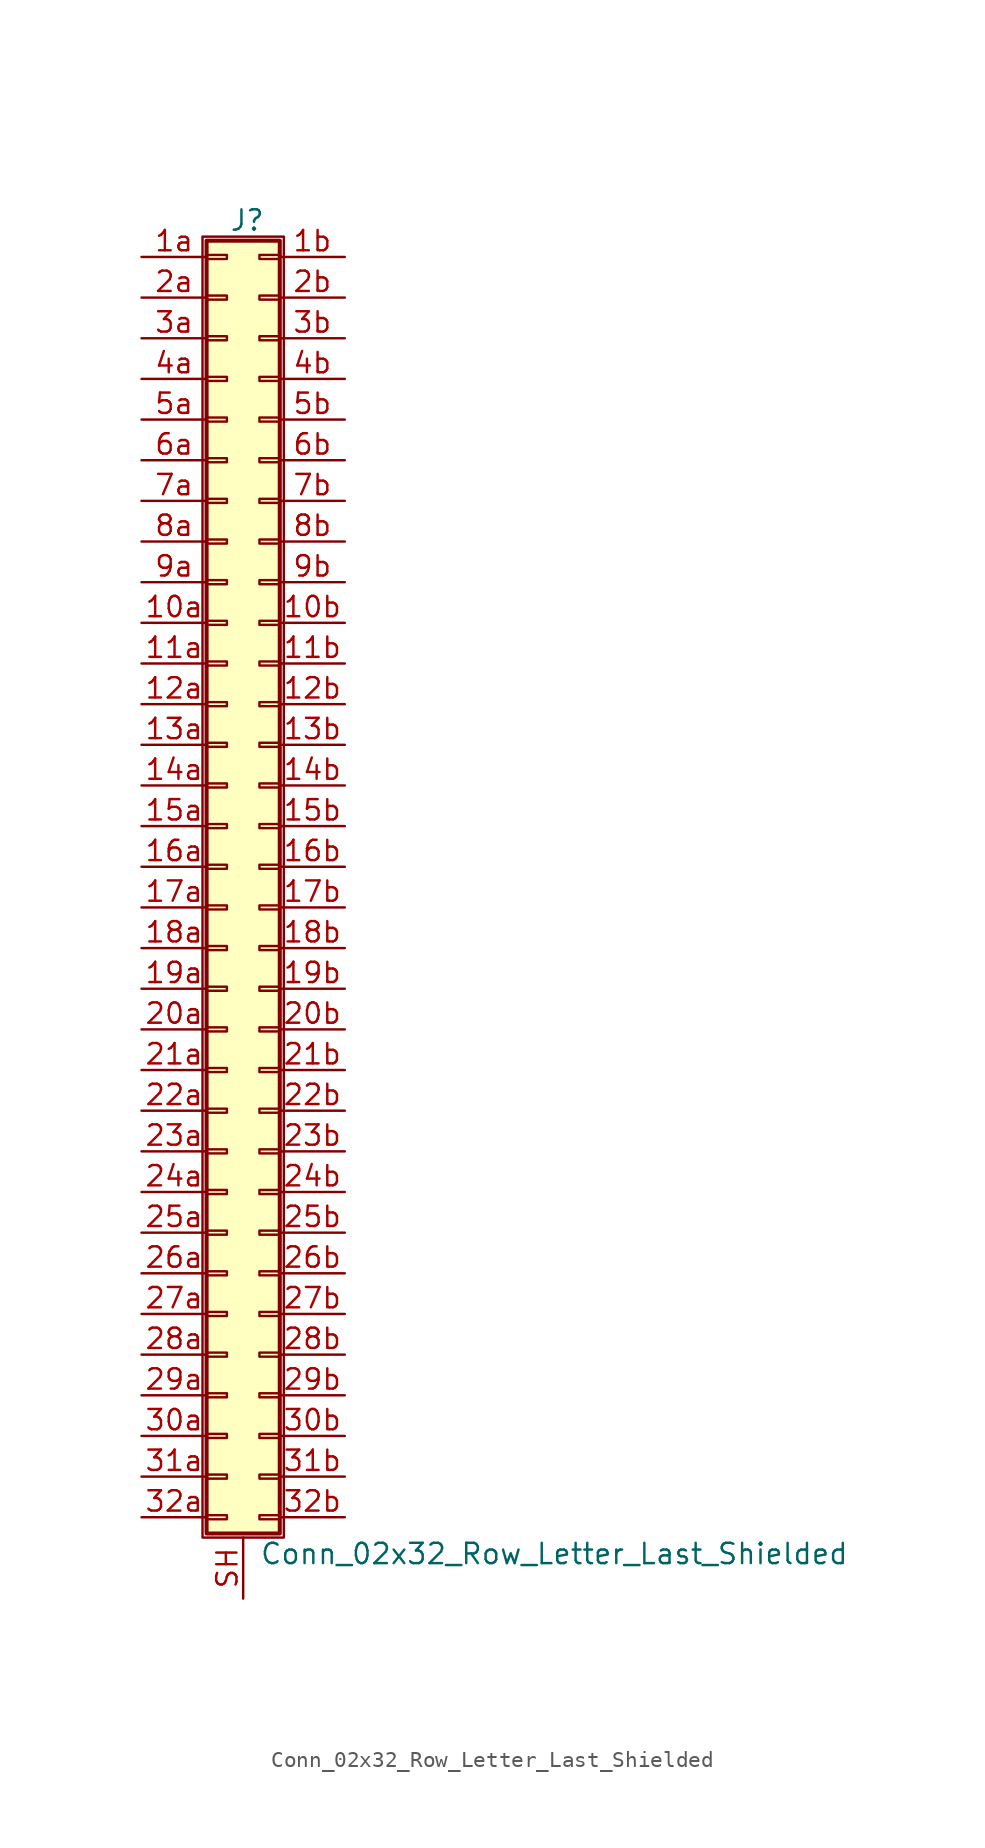
<source format=kicad_sym>
(kicad_symbol_lib
  (version 20211014)
  (generator kicad_symbol_editor)
  (symbol "Conn_02x32_Row_Letter_Last_Shielded"
    (pin_names
      (offset 1.016) hide)
    (property "Reference" "J"
      (at 1.524 40.386 0)
      (effects (font (size 1.27 1.27))))
    (property "Value" "Conn_02x32_Row_Letter_Last_Shielded"
      (at 2.286 -42.926 0)
      (effects (font (size 1.27 1.27)) (justify left)))
    (symbol "Conn_02x32_Row_Letter_Last_Shielded_1_1"
      (rectangle (start -1.27 39.37) (end 3.81 -41.91) (stroke (width 0.152) (type default) (color 0 0 0 0)) (fill (type none)))
      (rectangle (start -1.016 -40.513) (end 0.254 -40.767) (stroke (width 0.152) (type default) (color 0 0 0 0)) (fill (type none)))
      (rectangle (start -1.016 -37.973) (end 0.254 -38.227) (stroke (width 0.152) (type default) (color 0 0 0 0)) (fill (type none)))
      (rectangle (start -1.016 -35.433) (end 0.254 -35.687) (stroke (width 0.152) (type default) (color 0 0 0 0)) (fill (type none)))
      (rectangle (start -1.016 -32.893) (end 0.254 -33.147) (stroke (width 0.152) (type default) (color 0 0 0 0)) (fill (type none)))
      (rectangle (start -1.016 -30.353) (end 0.254 -30.607) (stroke (width 0.152) (type default) (color 0 0 0 0)) (fill (type none)))
      (rectangle (start -1.016 -27.813) (end 0.254 -28.067) (stroke (width 0.152) (type default) (color 0 0 0 0)) (fill (type none)))
      (rectangle (start -1.016 -25.273) (end 0.254 -25.527) (stroke (width 0.152) (type default) (color 0 0 0 0)) (fill (type none)))
      (rectangle (start -1.016 -22.733) (end 0.254 -22.987) (stroke (width 0.152) (type default) (color 0 0 0 0)) (fill (type none)))
      (rectangle (start -1.016 -20.193) (end 0.254 -20.447) (stroke (width 0.152) (type default) (color 0 0 0 0)) (fill (type none)))
      (rectangle (start -1.016 -17.653) (end 0.254 -17.907) (stroke (width 0.152) (type default) (color 0 0 0 0)) (fill (type none)))
      (rectangle (start -1.016 -15.113) (end 0.254 -15.367) (stroke (width 0.152) (type default) (color 0 0 0 0)) (fill (type none)))
      (rectangle (start -1.016 -12.573) (end 0.254 -12.827) (stroke (width 0.152) (type default) (color 0 0 0 0)) (fill (type none)))
      (rectangle (start -1.016 -10.033) (end 0.254 -10.287) (stroke (width 0.152) (type default) (color 0 0 0 0)) (fill (type none)))
      (rectangle (start -1.016 -7.493) (end 0.254 -7.747) (stroke (width 0.152) (type default) (color 0 0 0 0)) (fill (type none)))
      (rectangle (start -1.016 -4.953) (end 0.254 -5.207) (stroke (width 0.152) (type default) (color 0 0 0 0)) (fill (type none)))
      (rectangle (start -1.016 -2.413) (end 0.254 -2.667) (stroke (width 0.152) (type default) (color 0 0 0 0)) (fill (type none)))
      (rectangle (start -1.016 0.127) (end 0.254 -0.127) (stroke (width 0.152) (type default) (color 0 0 0 0)) (fill (type none)))
      (rectangle (start -1.016 2.667) (end 0.254 2.413) (stroke (width 0.152) (type default) (color 0 0 0 0)) (fill (type none)))
      (rectangle (start -1.016 5.207) (end 0.254 4.953) (stroke (width 0.152) (type default) (color 0 0 0 0)) (fill (type none)))
      (rectangle (start -1.016 7.747) (end 0.254 7.493) (stroke (width 0.152) (type default) (color 0 0 0 0)) (fill (type none)))
      (rectangle (start -1.016 10.287) (end 0.254 10.033) (stroke (width 0.152) (type default) (color 0 0 0 0)) (fill (type none)))
      (rectangle (start -1.016 12.827) (end 0.254 12.573) (stroke (width 0.152) (type default) (color 0 0 0 0)) (fill (type none)))
      (rectangle (start -1.016 15.367) (end 0.254 15.113) (stroke (width 0.152) (type default) (color 0 0 0 0)) (fill (type none)))
      (rectangle (start -1.016 17.907) (end 0.254 17.653) (stroke (width 0.152) (type default) (color 0 0 0 0)) (fill (type none)))
      (rectangle (start -1.016 20.447) (end 0.254 20.193) (stroke (width 0.152) (type default) (color 0 0 0 0)) (fill (type none)))
      (rectangle (start -1.016 22.987) (end 0.254 22.733) (stroke (width 0.152) (type default) (color 0 0 0 0)) (fill (type none)))
      (rectangle (start -1.016 25.527) (end 0.254 25.273) (stroke (width 0.152) (type default) (color 0 0 0 0)) (fill (type none)))
      (rectangle (start -1.016 28.067) (end 0.254 27.813) (stroke (width 0.152) (type default) (color 0 0 0 0)) (fill (type none)))
      (rectangle (start -1.016 30.607) (end 0.254 30.353) (stroke (width 0.152) (type default) (color 0 0 0 0)) (fill (type none)))
      (rectangle (start -1.016 33.147) (end 0.254 32.893) (stroke (width 0.152) (type default) (color 0 0 0 0)) (fill (type none)))
      (rectangle (start -1.016 35.687) (end 0.254 35.433) (stroke (width 0.152) (type default) (color 0 0 0 0)) (fill (type none)))
      (rectangle (start -1.016 38.227) (end 0.254 37.973) (stroke (width 0.152) (type default) (color 0 0 0 0)) (fill (type none)))
      (rectangle (start -1.016 39.116) (end 3.556 -41.656) (stroke (width 0.254) (type default) (color 0 0 0 0)) (fill (type background)))
      (rectangle (start 3.556 -40.513) (end 2.286 -40.767) (stroke (width 0.152) (type default) (color 0 0 0 0)) (fill (type none)))
      (rectangle (start 3.556 -37.973) (end 2.286 -38.227) (stroke (width 0.152) (type default) (color 0 0 0 0)) (fill (type none)))
      (rectangle (start 3.556 -35.433) (end 2.286 -35.687) (stroke (width 0.152) (type default) (color 0 0 0 0)) (fill (type none)))
      (rectangle (start 3.556 -32.893) (end 2.286 -33.147) (stroke (width 0.152) (type default) (color 0 0 0 0)) (fill (type none)))
      (rectangle (start 3.556 -30.353) (end 2.286 -30.607) (stroke (width 0.152) (type default) (color 0 0 0 0)) (fill (type none)))
      (rectangle (start 3.556 -27.813) (end 2.286 -28.067) (stroke (width 0.152) (type default) (color 0 0 0 0)) (fill (type none)))
      (rectangle (start 3.556 -25.273) (end 2.286 -25.527) (stroke (width 0.152) (type default) (color 0 0 0 0)) (fill (type none)))
      (rectangle (start 3.556 -22.733) (end 2.286 -22.987) (stroke (width 0.152) (type default) (color 0 0 0 0)) (fill (type none)))
      (rectangle (start 3.556 -20.193) (end 2.286 -20.447) (stroke (width 0.152) (type default) (color 0 0 0 0)) (fill (type none)))
      (rectangle (start 3.556 -17.653) (end 2.286 -17.907) (stroke (width 0.152) (type default) (color 0 0 0 0)) (fill (type none)))
      (rectangle (start 3.556 -15.113) (end 2.286 -15.367) (stroke (width 0.152) (type default) (color 0 0 0 0)) (fill (type none)))
      (rectangle (start 3.556 -12.573) (end 2.286 -12.827) (stroke (width 0.152) (type default) (color 0 0 0 0)) (fill (type none)))
      (rectangle (start 3.556 -10.033) (end 2.286 -10.287) (stroke (width 0.152) (type default) (color 0 0 0 0)) (fill (type none)))
      (rectangle (start 3.556 -7.493) (end 2.286 -7.747) (stroke (width 0.152) (type default) (color 0 0 0 0)) (fill (type none)))
      (rectangle (start 3.556 -4.953) (end 2.286 -5.207) (stroke (width 0.152) (type default) (color 0 0 0 0)) (fill (type none)))
      (rectangle (start 3.556 -2.413) (end 2.286 -2.667) (stroke (width 0.152) (type default) (color 0 0 0 0)) (fill (type none)))
      (rectangle (start 3.556 0.127) (end 2.286 -0.127) (stroke (width 0.152) (type default) (color 0 0 0 0)) (fill (type none)))
      (rectangle (start 3.556 2.667) (end 2.286 2.413) (stroke (width 0.152) (type default) (color 0 0 0 0)) (fill (type none)))
      (rectangle (start 3.556 5.207) (end 2.286 4.953) (stroke (width 0.152) (type default) (color 0 0 0 0)) (fill (type none)))
      (rectangle (start 3.556 7.747) (end 2.286 7.493) (stroke (width 0.152) (type default) (color 0 0 0 0)) (fill (type none)))
      (rectangle (start 3.556 10.287) (end 2.286 10.033) (stroke (width 0.152) (type default) (color 0 0 0 0)) (fill (type none)))
      (rectangle (start 3.556 12.827) (end 2.286 12.573) (stroke (width 0.152) (type default) (color 0 0 0 0)) (fill (type none)))
      (rectangle (start 3.556 15.367) (end 2.286 15.113) (stroke (width 0.152) (type default) (color 0 0 0 0)) (fill (type none)))
      (rectangle (start 3.556 17.907) (end 2.286 17.653) (stroke (width 0.152) (type default) (color 0 0 0 0)) (fill (type none)))
      (rectangle (start 3.556 20.447) (end 2.286 20.193) (stroke (width 0.152) (type default) (color 0 0 0 0)) (fill (type none)))
      (rectangle (start 3.556 22.987) (end 2.286 22.733) (stroke (width 0.152) (type default) (color 0 0 0 0)) (fill (type none)))
      (rectangle (start 3.556 25.527) (end 2.286 25.273) (stroke (width 0.152) (type default) (color 0 0 0 0)) (fill (type none)))
      (rectangle (start 3.556 28.067) (end 2.286 27.813) (stroke (width 0.152) (type default) (color 0 0 0 0)) (fill (type none)))
      (rectangle (start 3.556 30.607) (end 2.286 30.353) (stroke (width 0.152) (type default) (color 0 0 0 0)) (fill (type none)))
      (rectangle (start 3.556 33.147) (end 2.286 32.893) (stroke (width 0.152) (type default) (color 0 0 0 0)) (fill (type none)))
      (rectangle (start 3.556 35.687) (end 2.286 35.433) (stroke (width 0.152) (type default) (color 0 0 0 0)) (fill (type none)))
      (rectangle (start 3.556 38.227) (end 2.286 37.973) (stroke (width 0.152) (type default) (color 0 0 0 0)) (fill (type none)))
      (pin passive line (at -5.08 15.24 0) (length 4.064) (name "Pin_10a" (effects (font (size 1.27 1.27)))) (number "10a" (effects (font (size 1.27 1.27)))))
      (pin passive line (at 7.62 15.24 180) (length 4.064) (name "Pin_10b" (effects (font (size 1.27 1.27)))) (number "10b" (effects (font (size 1.27 1.27)))))
      (pin passive line (at -5.08 12.7 0) (length 4.064) (name "Pin_11a" (effects (font (size 1.27 1.27)))) (number "11a" (effects (font (size 1.27 1.27)))))
      (pin passive line (at 7.62 12.7 180) (length 4.064) (name "Pin_11b" (effects (font (size 1.27 1.27)))) (number "11b" (effects (font (size 1.27 1.27)))))
      (pin passive line (at -5.08 10.16 0) (length 4.064) (name "Pin_12a" (effects (font (size 1.27 1.27)))) (number "12a" (effects (font (size 1.27 1.27)))))
      (pin passive line (at 7.62 10.16 180) (length 4.064) (name "Pin_12b" (effects (font (size 1.27 1.27)))) (number "12b" (effects (font (size 1.27 1.27)))))
      (pin passive line (at -5.08 7.62 0) (length 4.064) (name "Pin_13a" (effects (font (size 1.27 1.27)))) (number "13a" (effects (font (size 1.27 1.27)))))
      (pin passive line (at 7.62 7.62 180) (length 4.064) (name "Pin_13b" (effects (font (size 1.27 1.27)))) (number "13b" (effects (font (size 1.27 1.27)))))
      (pin passive line (at -5.08 5.08 0) (length 4.064) (name "Pin_14a" (effects (font (size 1.27 1.27)))) (number "14a" (effects (font (size 1.27 1.27)))))
      (pin passive line (at 7.62 5.08 180) (length 4.064) (name "Pin_14b" (effects (font (size 1.27 1.27)))) (number "14b" (effects (font (size 1.27 1.27)))))
      (pin passive line (at -5.08 2.54 0) (length 4.064) (name "Pin_15a" (effects (font (size 1.27 1.27)))) (number "15a" (effects (font (size 1.27 1.27)))))
      (pin passive line (at 7.62 2.54 180) (length 4.064) (name "Pin_15b" (effects (font (size 1.27 1.27)))) (number "15b" (effects (font (size 1.27 1.27)))))
      (pin passive line (at -5.08 0 0) (length 4.064) (name "Pin_16a" (effects (font (size 1.27 1.27)))) (number "16a" (effects (font (size 1.27 1.27)))))
      (pin passive line (at 7.62 0 180) (length 4.064) (name "Pin_16b" (effects (font (size 1.27 1.27)))) (number "16b" (effects (font (size 1.27 1.27)))))
      (pin passive line (at -5.08 -2.54 0) (length 4.064) (name "Pin_17a" (effects (font (size 1.27 1.27)))) (number "17a" (effects (font (size 1.27 1.27)))))
      (pin passive line (at 7.62 -2.54 180) (length 4.064) (name "Pin_17b" (effects (font (size 1.27 1.27)))) (number "17b" (effects (font (size 1.27 1.27)))))
      (pin passive line (at -5.08 -5.08 0) (length 4.064) (name "Pin_18a" (effects (font (size 1.27 1.27)))) (number "18a" (effects (font (size 1.27 1.27)))))
      (pin passive line (at 7.62 -5.08 180) (length 4.064) (name "Pin_18b" (effects (font (size 1.27 1.27)))) (number "18b" (effects (font (size 1.27 1.27)))))
      (pin passive line (at -5.08 -7.62 0) (length 4.064) (name "Pin_19a" (effects (font (size 1.27 1.27)))) (number "19a" (effects (font (size 1.27 1.27)))))
      (pin passive line (at 7.62 -7.62 180) (length 4.064) (name "Pin_19b" (effects (font (size 1.27 1.27)))) (number "19b" (effects (font (size 1.27 1.27)))))
      (pin passive line (at -5.08 38.1 0) (length 4.064) (name "Pin_1a" (effects (font (size 1.27 1.27)))) (number "1a" (effects (font (size 1.27 1.27)))))
      (pin passive line (at 7.62 38.1 180) (length 4.064) (name "Pin_1b" (effects (font (size 1.27 1.27)))) (number "1b" (effects (font (size 1.27 1.27)))))
      (pin passive line (at -5.08 -10.16 0) (length 4.064) (name "Pin_20a" (effects (font (size 1.27 1.27)))) (number "20a" (effects (font (size 1.27 1.27)))))
      (pin passive line (at 7.62 -10.16 180) (length 4.064) (name "Pin_20b" (effects (font (size 1.27 1.27)))) (number "20b" (effects (font (size 1.27 1.27)))))
      (pin passive line (at -5.08 -12.7 0) (length 4.064) (name "Pin_21a" (effects (font (size 1.27 1.27)))) (number "21a" (effects (font (size 1.27 1.27)))))
      (pin passive line (at 7.62 -12.7 180) (length 4.064) (name "Pin_21b" (effects (font (size 1.27 1.27)))) (number "21b" (effects (font (size 1.27 1.27)))))
      (pin passive line (at -5.08 -15.24 0) (length 4.064) (name "Pin_22a" (effects (font (size 1.27 1.27)))) (number "22a" (effects (font (size 1.27 1.27)))))
      (pin passive line (at 7.62 -15.24 180) (length 4.064) (name "Pin_22b" (effects (font (size 1.27 1.27)))) (number "22b" (effects (font (size 1.27 1.27)))))
      (pin passive line (at -5.08 -17.78 0) (length 4.064) (name "Pin_23a" (effects (font (size 1.27 1.27)))) (number "23a" (effects (font (size 1.27 1.27)))))
      (pin passive line (at 7.62 -17.78 180) (length 4.064) (name "Pin_23b" (effects (font (size 1.27 1.27)))) (number "23b" (effects (font (size 1.27 1.27)))))
      (pin passive line (at -5.08 -20.32 0) (length 4.064) (name "Pin_24a" (effects (font (size 1.27 1.27)))) (number "24a" (effects (font (size 1.27 1.27)))))
      (pin passive line (at 7.62 -20.32 180) (length 4.064) (name "Pin_24b" (effects (font (size 1.27 1.27)))) (number "24b" (effects (font (size 1.27 1.27)))))
      (pin passive line (at -5.08 -22.86 0) (length 4.064) (name "Pin_25a" (effects (font (size 1.27 1.27)))) (number "25a" (effects (font (size 1.27 1.27)))))
      (pin passive line (at 7.62 -22.86 180) (length 4.064) (name "Pin_25b" (effects (font (size 1.27 1.27)))) (number "25b" (effects (font (size 1.27 1.27)))))
      (pin passive line (at -5.08 -25.4 0) (length 4.064) (name "Pin_26a" (effects (font (size 1.27 1.27)))) (number "26a" (effects (font (size 1.27 1.27)))))
      (pin passive line (at 7.62 -25.4 180) (length 4.064) (name "Pin_26b" (effects (font (size 1.27 1.27)))) (number "26b" (effects (font (size 1.27 1.27)))))
      (pin passive line (at -5.08 -27.94 0) (length 4.064) (name "Pin_27a" (effects (font (size 1.27 1.27)))) (number "27a" (effects (font (size 1.27 1.27)))))
      (pin passive line (at 7.62 -27.94 180) (length 4.064) (name "Pin_27b" (effects (font (size 1.27 1.27)))) (number "27b" (effects (font (size 1.27 1.27)))))
      (pin passive line (at -5.08 -30.48 0) (length 4.064) (name "Pin_28a" (effects (font (size 1.27 1.27)))) (number "28a" (effects (font (size 1.27 1.27)))))
      (pin passive line (at 7.62 -30.48 180) (length 4.064) (name "Pin_28b" (effects (font (size 1.27 1.27)))) (number "28b" (effects (font (size 1.27 1.27)))))
      (pin passive line (at -5.08 -33.02 0) (length 4.064) (name "Pin_29a" (effects (font (size 1.27 1.27)))) (number "29a" (effects (font (size 1.27 1.27)))))
      (pin passive line (at 7.62 -33.02 180) (length 4.064) (name "Pin_29b" (effects (font (size 1.27 1.27)))) (number "29b" (effects (font (size 1.27 1.27)))))
      (pin passive line (at -5.08 35.56 0) (length 4.064) (name "Pin_2a" (effects (font (size 1.27 1.27)))) (number "2a" (effects (font (size 1.27 1.27)))))
      (pin passive line (at 7.62 35.56 180) (length 4.064) (name "Pin_2b" (effects (font (size 1.27 1.27)))) (number "2b" (effects (font (size 1.27 1.27)))))
      (pin passive line (at -5.08 -35.56 0) (length 4.064) (name "Pin_30a" (effects (font (size 1.27 1.27)))) (number "30a" (effects (font (size 1.27 1.27)))))
      (pin passive line (at 7.62 -35.56 180) (length 4.064) (name "Pin_30b" (effects (font (size 1.27 1.27)))) (number "30b" (effects (font (size 1.27 1.27)))))
      (pin passive line (at -5.08 -38.1 0) (length 4.064) (name "Pin_31a" (effects (font (size 1.27 1.27)))) (number "31a" (effects (font (size 1.27 1.27)))))
      (pin passive line (at 7.62 -38.1 180) (length 4.064) (name "Pin_31b" (effects (font (size 1.27 1.27)))) (number "31b" (effects (font (size 1.27 1.27)))))
      (pin passive line (at -5.08 -40.64 0) (length 4.064) (name "Pin_32a" (effects (font (size 1.27 1.27)))) (number "32a" (effects (font (size 1.27 1.27)))))
      (pin passive line (at 7.62 -40.64 180) (length 4.064) (name "Pin_32b" (effects (font (size 1.27 1.27)))) (number "32b" (effects (font (size 1.27 1.27)))))
      (pin passive line (at -5.08 33.02 0) (length 4.064) (name "Pin_3a" (effects (font (size 1.27 1.27)))) (number "3a" (effects (font (size 1.27 1.27)))))
      (pin passive line (at 7.62 33.02 180) (length 4.064) (name "Pin_3b" (effects (font (size 1.27 1.27)))) (number "3b" (effects (font (size 1.27 1.27)))))
      (pin passive line (at -5.08 30.48 0) (length 4.064) (name "Pin_4a" (effects (font (size 1.27 1.27)))) (number "4a" (effects (font (size 1.27 1.27)))))
      (pin passive line (at 7.62 30.48 180) (length 4.064) (name "Pin_4b" (effects (font (size 1.27 1.27)))) (number "4b" (effects (font (size 1.27 1.27)))))
      (pin passive line (at -5.08 27.94 0) (length 4.064) (name "Pin_5a" (effects (font (size 1.27 1.27)))) (number "5a" (effects (font (size 1.27 1.27)))))
      (pin passive line (at 7.62 27.94 180) (length 4.064) (name "Pin_5b" (effects (font (size 1.27 1.27)))) (number "5b" (effects (font (size 1.27 1.27)))))
      (pin passive line (at -5.08 25.4 0) (length 4.064) (name "Pin_6a" (effects (font (size 1.27 1.27)))) (number "6a" (effects (font (size 1.27 1.27)))))
      (pin passive line (at 7.62 25.4 180) (length 4.064) (name "Pin_6b" (effects (font (size 1.27 1.27)))) (number "6b" (effects (font (size 1.27 1.27)))))
      (pin passive line (at -5.08 22.86 0) (length 4.064) (name "Pin_7a" (effects (font (size 1.27 1.27)))) (number "7a" (effects (font (size 1.27 1.27)))))
      (pin passive line (at 7.62 22.86 180) (length 4.064) (name "Pin_7b" (effects (font (size 1.27 1.27)))) (number "7b" (effects (font (size 1.27 1.27)))))
      (pin passive line (at -5.08 20.32 0) (length 4.064) (name "Pin_8a" (effects (font (size 1.27 1.27)))) (number "8a" (effects (font (size 1.27 1.27)))))
      (pin passive line (at 7.62 20.32 180) (length 4.064) (name "Pin_8b" (effects (font (size 1.27 1.27)))) (number "8b" (effects (font (size 1.27 1.27)))))
      (pin passive line (at -5.08 17.78 0) (length 4.064) (name "Pin_9a" (effects (font (size 1.27 1.27)))) (number "9a" (effects (font (size 1.27 1.27)))))
      (pin passive line (at 7.62 17.78 180) (length 4.064) (name "Pin_9b" (effects (font (size 1.27 1.27)))) (number "9b" (effects (font (size 1.27 1.27)))))
      (pin passive line (at 1.27 -45.72 90) (length 3.81) (name "Shield" (effects (font (size 1.27 1.27)))) (number "SH" (effects (font (size 1.27 1.27))))))))
</source>
